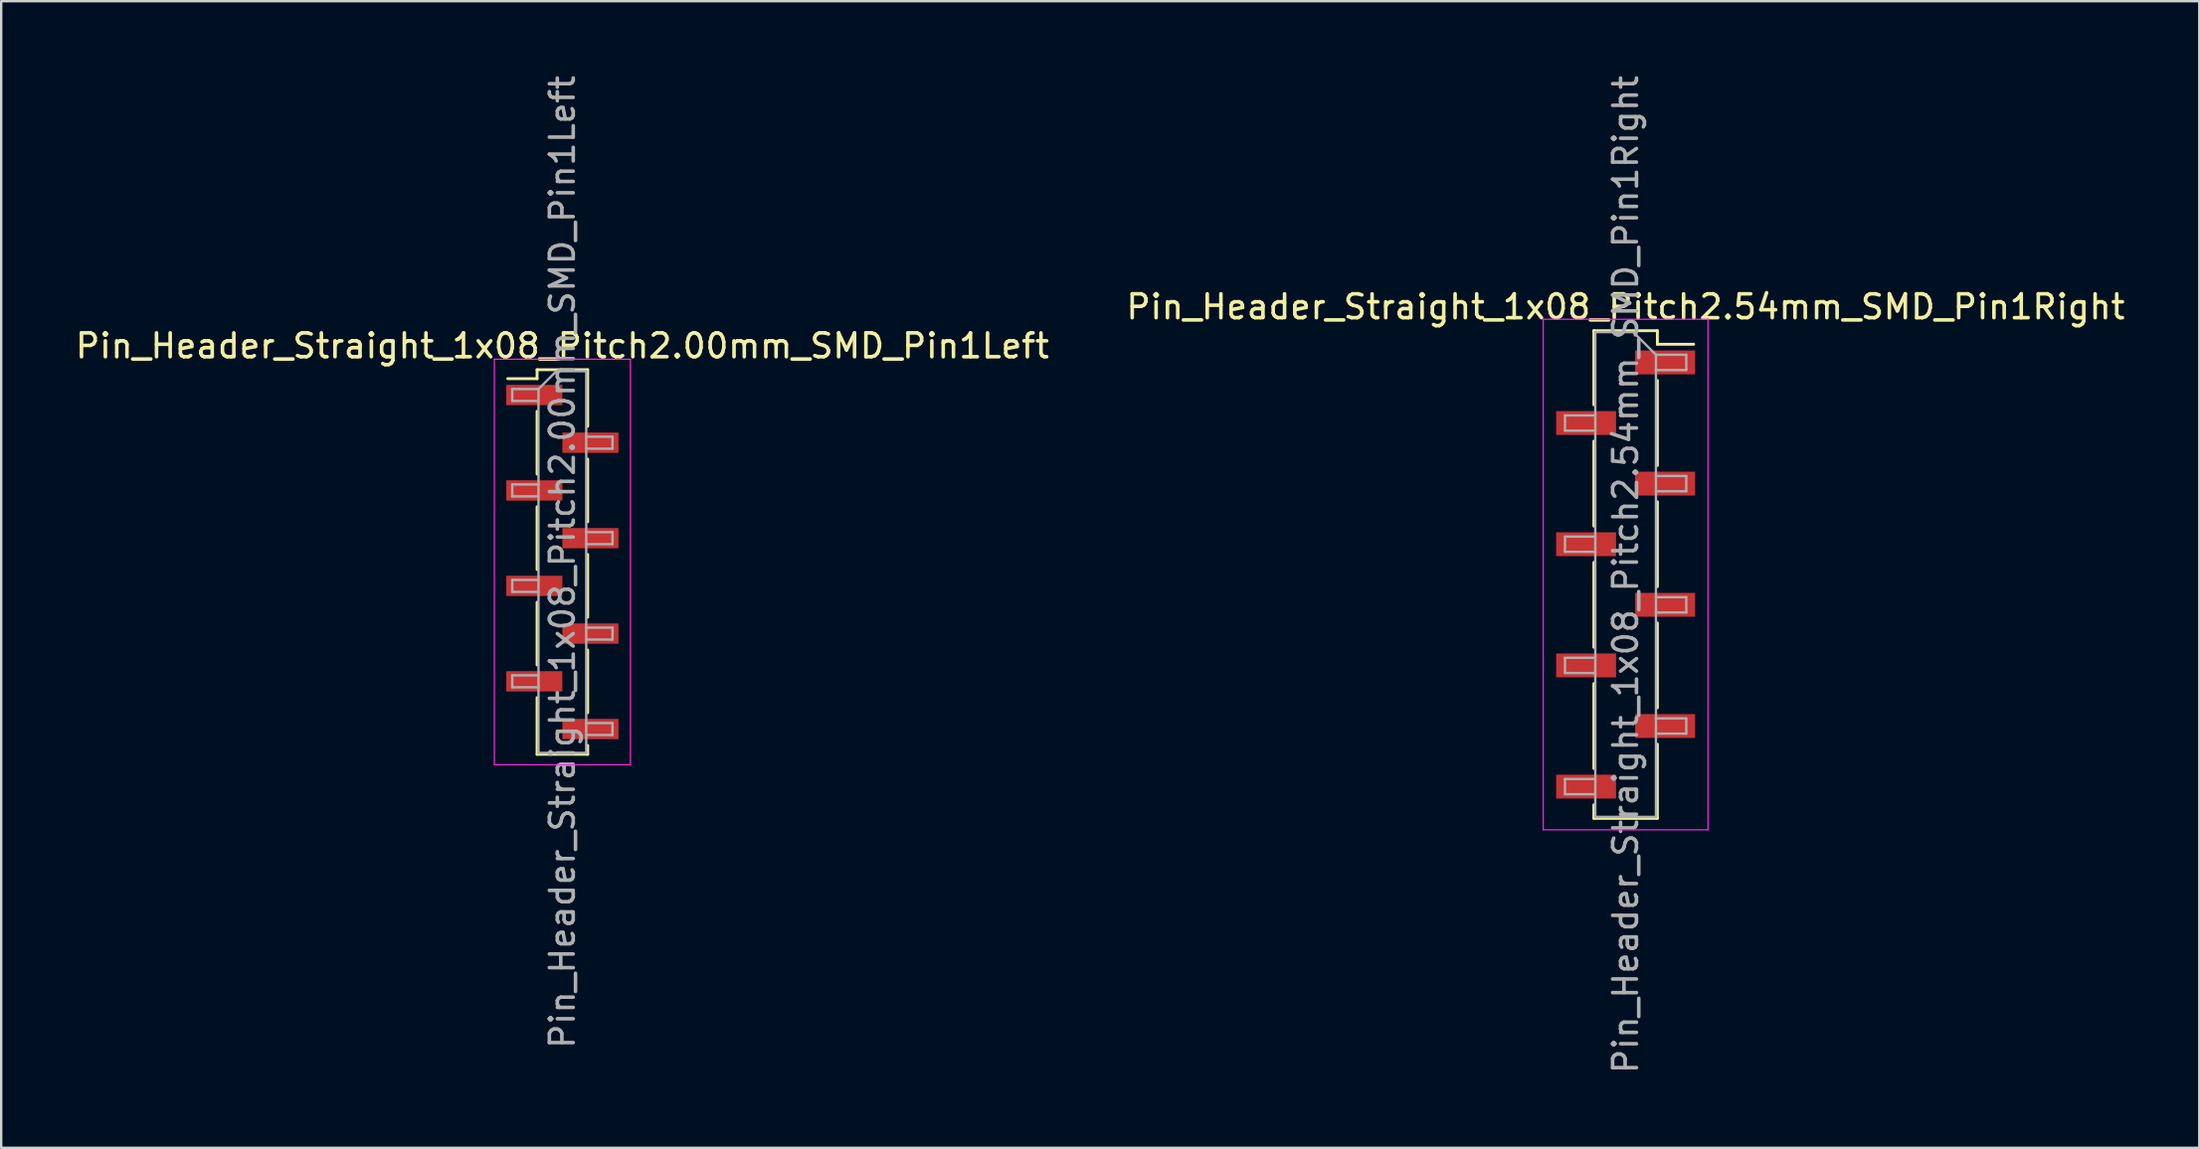
<source format=kicad_pcb>
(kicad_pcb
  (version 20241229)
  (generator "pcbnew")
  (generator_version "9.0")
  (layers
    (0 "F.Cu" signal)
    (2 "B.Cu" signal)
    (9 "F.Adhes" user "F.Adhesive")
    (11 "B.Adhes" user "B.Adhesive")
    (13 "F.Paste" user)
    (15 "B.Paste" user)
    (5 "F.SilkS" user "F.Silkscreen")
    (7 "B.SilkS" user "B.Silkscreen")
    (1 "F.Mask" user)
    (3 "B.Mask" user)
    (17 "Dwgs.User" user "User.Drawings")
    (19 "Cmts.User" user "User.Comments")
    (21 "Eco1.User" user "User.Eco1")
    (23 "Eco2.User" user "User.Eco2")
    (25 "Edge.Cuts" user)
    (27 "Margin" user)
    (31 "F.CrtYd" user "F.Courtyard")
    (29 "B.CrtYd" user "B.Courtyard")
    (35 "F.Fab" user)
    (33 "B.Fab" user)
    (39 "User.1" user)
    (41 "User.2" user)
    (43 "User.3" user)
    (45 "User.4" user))
  (footprint "Pin_Header_Straight_1x08_Pitch2.54mm_SMD_Pin1Right"
    (layer "F.Cu")
    (at 65.042 21.03)
    (property "Reference" "Pin_Header_Straight_1x08_Pitch2.54mm_SMD_Pin1Right" (at 0 -11.22 0) (layer "F.SilkS") (effects (font (size 1 1) (thickness 0.15))))
    (attr smd)
    (fp_line (start -1.33 -10.22) (end -1.33 -7.11) (stroke (width 0.12) (type solid)) (layer "F.SilkS"))
    (fp_line (start -1.33 -10.22) (end 1.33 -10.22) (stroke (width 0.12) (type solid)) (layer "F.SilkS"))
    (fp_line (start -1.33 -5.59) (end -1.33 -2.03) (stroke (width 0.12) (type solid)) (layer "F.SilkS"))
    (fp_line (start -1.33 -0.51) (end -1.33 3.05) (stroke (width 0.12) (type solid)) (layer "F.SilkS"))
    (fp_line (start -1.33 4.57) (end -1.33 8.13) (stroke (width 0.12) (type solid)) (layer "F.SilkS"))
    (fp_line (start -1.33 9.65) (end -1.33 10.22) (stroke (width 0.12) (type solid)) (layer "F.SilkS"))
    (fp_line (start -1.33 10.22) (end 1.33 10.22) (stroke (width 0.12) (type solid)) (layer "F.SilkS"))
    (fp_line (start 1.33 -10.22) (end 1.33 -9.65) (stroke (width 0.12) (type solid)) (layer "F.SilkS"))
    (fp_line (start 1.33 -9.65) (end 2.85 -9.65) (stroke (width 0.12) (type solid)) (layer "F.SilkS"))
    (fp_line (start 1.33 -8.13) (end 1.33 -4.57) (stroke (width 0.12) (type solid)) (layer "F.SilkS"))
    (fp_line (start 1.33 -3.05) (end 1.33 0.51) (stroke (width 0.12) (type solid)) (layer "F.SilkS"))
    (fp_line (start 1.33 2.03) (end 1.33 5.59) (stroke (width 0.12) (type solid)) (layer "F.SilkS"))
    (fp_line (start 1.33 7.11) (end 1.33 10.22) (stroke (width 0.12) (type solid)) (layer "F.SilkS"))
    (fp_line (start -3.45 -10.7) (end -3.45 10.7) (stroke (width 0.05) (type solid)) (layer "F.CrtYd"))
    (fp_line (start -3.45 10.7) (end 3.45 10.7) (stroke (width 0.05) (type solid)) (layer "F.CrtYd"))
    (fp_line (start 3.45 -10.7) (end -3.45 -10.7) (stroke (width 0.05) (type solid)) (layer "F.CrtYd"))
    (fp_line (start 3.45 10.7) (end 3.45 -10.7) (stroke (width 0.05) (type solid)) (layer "F.CrtYd"))
    (fp_line (start -2.54 -6.67) (end -2.54 -6.03) (stroke (width 0.1) (type solid)) (layer "F.Fab"))
    (fp_line (start -2.54 -6.03) (end -1.27 -6.03) (stroke (width 0.1) (type solid)) (layer "F.Fab"))
    (fp_line (start -2.54 -1.59) (end -2.54 -0.95) (stroke (width 0.1) (type solid)) (layer "F.Fab"))
    (fp_line (start -2.54 -0.95) (end -1.27 -0.95) (stroke (width 0.1) (type solid)) (layer "F.Fab"))
    (fp_line (start -2.54 3.49) (end -2.54 4.13) (stroke (width 0.1) (type solid)) (layer "F.Fab"))
    (fp_line (start -2.54 4.13) (end -1.27 4.13) (stroke (width 0.1) (type solid)) (layer "F.Fab"))
    (fp_line (start -2.54 8.57) (end -2.54 9.21) (stroke (width 0.1) (type solid)) (layer "F.Fab"))
    (fp_line (start -2.54 9.21) (end -1.27 9.21) (stroke (width 0.1) (type solid)) (layer "F.Fab"))
    (fp_line (start -1.27 -10.16) (end -1.27 10.16) (stroke (width 0.1) (type solid)) (layer "F.Fab"))
    (fp_line (start -1.27 -10.16) (end 0.32 -10.16) (stroke (width 0.1) (type solid)) (layer "F.Fab"))
    (fp_line (start -1.27 -6.67) (end -2.54 -6.67) (stroke (width 0.1) (type solid)) (layer "F.Fab"))
    (fp_line (start -1.27 -1.59) (end -2.54 -1.59) (stroke (width 0.1) (type solid)) (layer "F.Fab"))
    (fp_line (start -1.27 3.49) (end -2.54 3.49) (stroke (width 0.1) (type solid)) (layer "F.Fab"))
    (fp_line (start -1.27 8.57) (end -2.54 8.57) (stroke (width 0.1) (type solid)) (layer "F.Fab"))
    (fp_line (start 1.27 -9.21) (end 0.32 -10.16) (stroke (width 0.1) (type solid)) (layer "F.Fab"))
    (fp_line (start 1.27 -9.21) (end 2.54 -9.21) (stroke (width 0.1) (type solid)) (layer "F.Fab"))
    (fp_line (start 1.27 -4.13) (end 2.54 -4.13) (stroke (width 0.1) (type solid)) (layer "F.Fab"))
    (fp_line (start 1.27 0.95) (end 2.54 0.95) (stroke (width 0.1) (type solid)) (layer "F.Fab"))
    (fp_line (start 1.27 6.03) (end 2.54 6.03) (stroke (width 0.1) (type solid)) (layer "F.Fab"))
    (fp_line (start 1.27 10.16) (end -1.27 10.16) (stroke (width 0.1) (type solid)) (layer "F.Fab"))
    (fp_line (start 1.27 10.16) (end 1.27 -9.21) (stroke (width 0.1) (type solid)) (layer "F.Fab"))
    (fp_line (start 2.54 -9.21) (end 2.54 -8.57) (stroke (width 0.1) (type solid)) (layer "F.Fab"))
    (fp_line (start 2.54 -8.57) (end 1.27 -8.57) (stroke (width 0.1) (type solid)) (layer "F.Fab"))
    (fp_line (start 2.54 -4.13) (end 2.54 -3.49) (stroke (width 0.1) (type solid)) (layer "F.Fab"))
    (fp_line (start 2.54 -3.49) (end 1.27 -3.49) (stroke (width 0.1) (type solid)) (layer "F.Fab"))
    (fp_line (start 2.54 0.95) (end 2.54 1.59) (stroke (width 0.1) (type solid)) (layer "F.Fab"))
    (fp_line (start 2.54 1.59) (end 1.27 1.59) (stroke (width 0.1) (type solid)) (layer "F.Fab"))
    (fp_line (start 2.54 6.03) (end 2.54 6.67) (stroke (width 0.1) (type solid)) (layer "F.Fab"))
    (fp_line (start 2.54 6.67) (end 1.27 6.67) (stroke (width 0.1) (type solid)) (layer "F.Fab"))
    (fp_text user "${REFERENCE}" (at 0 0 90) (layer "F.Fab") (effects (font (size 1 1) (thickness 0.15))))
    (pad "1" smd rect (at 1.655 -8.89) (size 2.51 1) (layers "F.Cu" "F.Mask" "F.Paste"))
    (pad "2" smd rect (at -1.655 -6.35) (size 2.51 1) (layers "F.Cu" "F.Mask" "F.Paste"))
    (pad "3" smd rect (at 1.655 -3.81) (size 2.51 1) (layers "F.Cu" "F.Mask" "F.Paste"))
    (pad "4" smd rect (at -1.655 -1.27) (size 2.51 1) (layers "F.Cu" "F.Mask" "F.Paste"))
    (pad "5" smd rect (at 1.655 1.27) (size 2.51 1) (layers "F.Cu" "F.Mask" "F.Paste"))
    (pad "6" smd rect (at -1.655 3.81) (size 2.51 1) (layers "F.Cu" "F.Mask" "F.Paste"))
    (pad "7" smd rect (at 1.655 6.35) (size 2.51 1) (layers "F.Cu" "F.Mask" "F.Paste"))
    (pad "8" smd rect (at -1.655 8.89) (size 2.51 1) (layers "F.Cu" "F.Mask" "F.Paste")))
  (footprint "Pin_Header_Straight_1x08_Pitch2.00mm_SMD_Pin1Left"
    (layer "F.Cu")
    (at 20.506 20.506)
    (property "Reference" "Pin_Header_Straight_1x08_Pitch2.00mm_SMD_Pin1Left" (at 0 -9.06 0) (layer "F.SilkS") (effects (font (size 1 1) (thickness 0.15))))
    (attr smd)
    (fp_line (start -1.06 -8.06) (end -1.06 -7.685) (stroke (width 0.12) (type solid)) (layer "F.SilkS"))
    (fp_line (start -1.06 -8.06) (end 1.06 -8.06) (stroke (width 0.12) (type solid)) (layer "F.SilkS"))
    (fp_line (start -1.06 -7.685) (end -2.29 -7.685) (stroke (width 0.12) (type solid)) (layer "F.SilkS"))
    (fp_line (start -1.06 -6.315) (end -1.06 -3.685) (stroke (width 0.12) (type solid)) (layer "F.SilkS"))
    (fp_line (start -1.06 -2.315) (end -1.06 0.315) (stroke (width 0.12) (type solid)) (layer "F.SilkS"))
    (fp_line (start -1.06 1.685) (end -1.06 4.315) (stroke (width 0.12) (type solid)) (layer "F.SilkS"))
    (fp_line (start -1.06 5.685) (end -1.06 8.06) (stroke (width 0.12) (type solid)) (layer "F.SilkS"))
    (fp_line (start -1.06 8.06) (end 1.06 8.06) (stroke (width 0.12) (type solid)) (layer "F.SilkS"))
    (fp_line (start 1.06 -8.06) (end 1.06 -5.685) (stroke (width 0.12) (type solid)) (layer "F.SilkS"))
    (fp_line (start 1.06 -4.315) (end 1.06 -1.685) (stroke (width 0.12) (type solid)) (layer "F.SilkS"))
    (fp_line (start 1.06 -0.315) (end 1.06 2.315) (stroke (width 0.12) (type solid)) (layer "F.SilkS"))
    (fp_line (start 1.06 3.685) (end 1.06 6.315) (stroke (width 0.12) (type solid)) (layer "F.SilkS"))
    (fp_line (start 1.06 7.685) (end 1.06 8.06) (stroke (width 0.12) (type solid)) (layer "F.SilkS"))
    (fp_line (start -2.85 -8.5) (end -2.85 8.5) (stroke (width 0.05) (type solid)) (layer "F.CrtYd"))
    (fp_line (start -2.85 8.5) (end 2.85 8.5) (stroke (width 0.05) (type solid)) (layer "F.CrtYd"))
    (fp_line (start 2.85 -8.5) (end -2.85 -8.5) (stroke (width 0.05) (type solid)) (layer "F.CrtYd"))
    (fp_line (start 2.85 8.5) (end 2.85 -8.5) (stroke (width 0.05) (type solid)) (layer "F.CrtYd"))
    (fp_line (start -2.1 -7.25) (end -2.1 -6.75) (stroke (width 0.1) (type solid)) (layer "F.Fab"))
    (fp_line (start -2.1 -6.75) (end -1 -6.75) (stroke (width 0.1) (type solid)) (layer "F.Fab"))
    (fp_line (start -2.1 -3.25) (end -2.1 -2.75) (stroke (width 0.1) (type solid)) (layer "F.Fab"))
    (fp_line (start -2.1 -2.75) (end -1 -2.75) (stroke (width 0.1) (type solid)) (layer "F.Fab"))
    (fp_line (start -2.1 0.75) (end -2.1 1.25) (stroke (width 0.1) (type solid)) (layer "F.Fab"))
    (fp_line (start -2.1 1.25) (end -1 1.25) (stroke (width 0.1) (type solid)) (layer "F.Fab"))
    (fp_line (start -2.1 4.75) (end -2.1 5.25) (stroke (width 0.1) (type solid)) (layer "F.Fab"))
    (fp_line (start -2.1 5.25) (end -1 5.25) (stroke (width 0.1) (type solid)) (layer "F.Fab"))
    (fp_line (start -1 -7.25) (end -2.1 -7.25) (stroke (width 0.1) (type solid)) (layer "F.Fab"))
    (fp_line (start -1 -7.25) (end -0.25 -8) (stroke (width 0.1) (type solid)) (layer "F.Fab"))
    (fp_line (start -1 -3.25) (end -2.1 -3.25) (stroke (width 0.1) (type solid)) (layer "F.Fab"))
    (fp_line (start -1 0.75) (end -2.1 0.75) (stroke (width 0.1) (type solid)) (layer "F.Fab"))
    (fp_line (start -1 4.75) (end -2.1 4.75) (stroke (width 0.1) (type solid)) (layer "F.Fab"))
    (fp_line (start -1 8) (end -1 -7.25) (stroke (width 0.1) (type solid)) (layer "F.Fab"))
    (fp_line (start -0.25 -8) (end 1 -8) (stroke (width 0.1) (type solid)) (layer "F.Fab"))
    (fp_line (start 1 -8) (end 1 8) (stroke (width 0.1) (type solid)) (layer "F.Fab"))
    (fp_line (start 1 -5.25) (end 2.1 -5.25) (stroke (width 0.1) (type solid)) (layer "F.Fab"))
    (fp_line (start 1 -1.25) (end 2.1 -1.25) (stroke (width 0.1) (type solid)) (layer "F.Fab"))
    (fp_line (start 1 2.75) (end 2.1 2.75) (stroke (width 0.1) (type solid)) (layer "F.Fab"))
    (fp_line (start 1 6.75) (end 2.1 6.75) (stroke (width 0.1) (type solid)) (layer "F.Fab"))
    (fp_line (start 1 8) (end -1 8) (stroke (width 0.1) (type solid)) (layer "F.Fab"))
    (fp_line (start 2.1 -5.25) (end 2.1 -4.75) (stroke (width 0.1) (type solid)) (layer "F.Fab"))
    (fp_line (start 2.1 -4.75) (end 1 -4.75) (stroke (width 0.1) (type solid)) (layer "F.Fab"))
    (fp_line (start 2.1 -1.25) (end 2.1 -0.75) (stroke (width 0.1) (type solid)) (layer "F.Fab"))
    (fp_line (start 2.1 -0.75) (end 1 -0.75) (stroke (width 0.1) (type solid)) (layer "F.Fab"))
    (fp_line (start 2.1 2.75) (end 2.1 3.25) (stroke (width 0.1) (type solid)) (layer "F.Fab"))
    (fp_line (start 2.1 3.25) (end 1 3.25) (stroke (width 0.1) (type solid)) (layer "F.Fab"))
    (fp_line (start 2.1 6.75) (end 2.1 7.25) (stroke (width 0.1) (type solid)) (layer "F.Fab"))
    (fp_line (start 2.1 7.25) (end 1 7.25) (stroke (width 0.1) (type solid)) (layer "F.Fab"))
    (fp_text user "${REFERENCE}" (at 0 0 90) (layer "F.Fab") (effects (font (size 1 1) (thickness 0.15))))
    (pad "1" smd rect (at -1.175 -7) (size 2.35 0.85) (layers "F.Cu" "F.Mask" "F.Paste"))
    (pad "2" smd rect (at 1.175 -5) (size 2.35 0.85) (layers "F.Cu" "F.Mask" "F.Paste"))
    (pad "3" smd rect (at -1.175 -3) (size 2.35 0.85) (layers "F.Cu" "F.Mask" "F.Paste"))
    (pad "4" smd rect (at 1.175 -1) (size 2.35 0.85) (layers "F.Cu" "F.Mask" "F.Paste"))
    (pad "5" smd rect (at -1.175 1) (size 2.35 0.85) (layers "F.Cu" "F.Mask" "F.Paste"))
    (pad "6" smd rect (at 1.175 3) (size 2.35 0.85) (layers "F.Cu" "F.Mask" "F.Paste"))
    (pad "7" smd rect (at -1.175 5) (size 2.35 0.85) (layers "F.Cu" "F.Mask" "F.Paste"))
    (pad "8" smd rect (at 1.175 7) (size 2.35 0.85) (layers "F.Cu" "F.Mask" "F.Paste")))
  (gr_rect
    (start -3 -3)
    (end 89.071 45.06)
    (stroke (width 0.1) (type default))
    (fill no)
    (layer "Edge.Cuts")))
</source>
